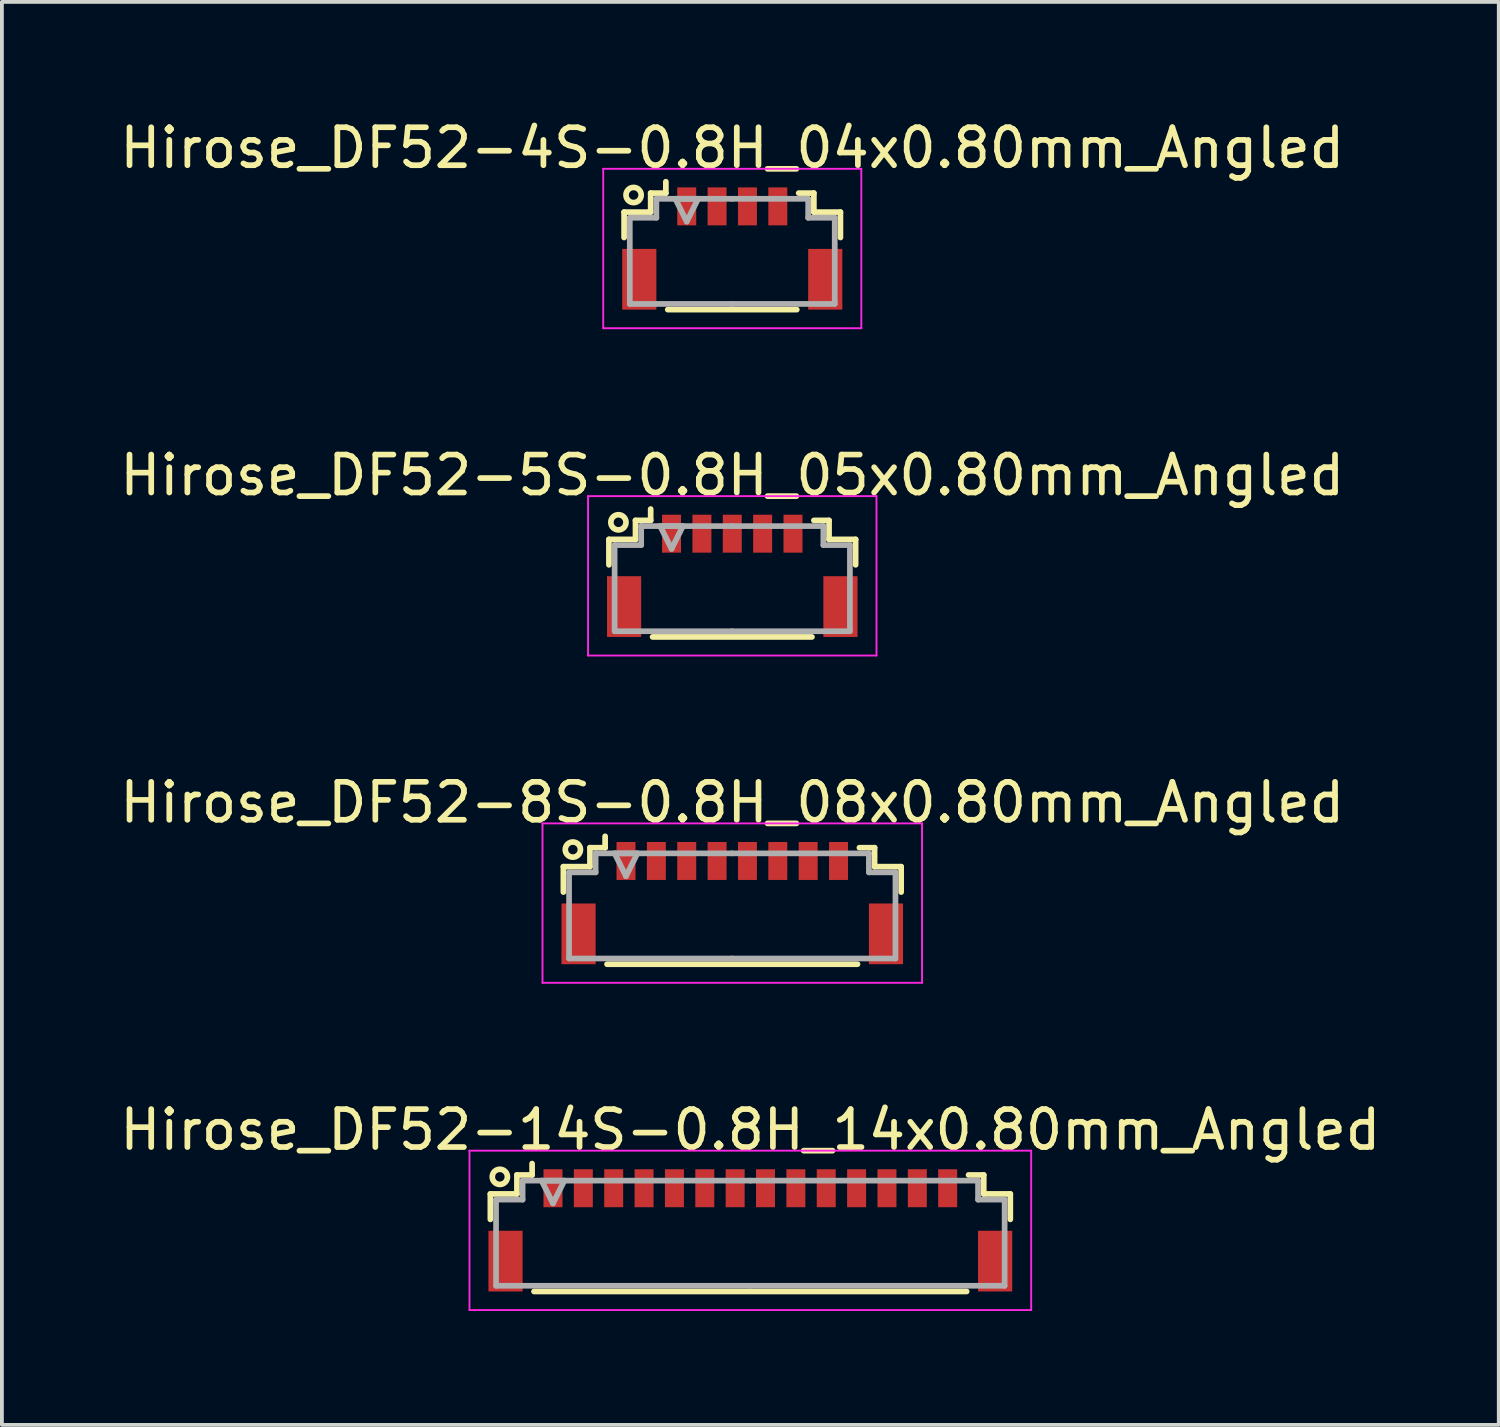
<source format=kicad_pcb>
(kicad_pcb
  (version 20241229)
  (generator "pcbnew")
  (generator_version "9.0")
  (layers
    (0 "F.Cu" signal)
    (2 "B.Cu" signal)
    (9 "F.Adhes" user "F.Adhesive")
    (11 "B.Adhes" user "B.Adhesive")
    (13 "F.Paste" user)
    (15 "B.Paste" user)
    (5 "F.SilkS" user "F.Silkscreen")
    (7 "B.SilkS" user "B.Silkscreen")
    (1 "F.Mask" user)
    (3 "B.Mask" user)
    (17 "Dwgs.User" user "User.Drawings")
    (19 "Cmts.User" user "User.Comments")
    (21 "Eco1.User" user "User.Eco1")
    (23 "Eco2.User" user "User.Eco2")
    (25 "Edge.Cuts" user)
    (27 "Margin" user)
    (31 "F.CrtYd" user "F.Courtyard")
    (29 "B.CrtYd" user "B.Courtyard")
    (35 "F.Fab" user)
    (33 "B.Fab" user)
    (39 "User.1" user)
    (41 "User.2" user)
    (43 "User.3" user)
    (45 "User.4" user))
  (footprint "Hirose_DF52-4S-0.8H_04x0.80mm_Angled"
    (layer "F.Cu")
    (at 16.244 3.348)
    (property "Reference" "Hirose_DF52-4S-0.8H_04x0.80mm_Angled" (at 0 -2.5 0) (layer "F.SilkS") (effects (font (size 1 1) (thickness 0.15))))
    (attr smd)
    (fp_line (start -2.85 -0.81) (end -2.85 -0.14) (stroke (width 0.15) (type solid)) (layer "F.SilkS"))
    (fp_line (start -2.15 -1.31) (end -2.15 -0.81) (stroke (width 0.15) (type solid)) (layer "F.SilkS"))
    (fp_line (start -2.15 -0.81) (end -2.85 -0.81) (stroke (width 0.15) (type solid)) (layer "F.SilkS"))
    (fp_line (start -1.75 -1.61) (end -1.75 -1.31) (stroke (width 0.15) (type solid)) (layer "F.SilkS"))
    (fp_line (start -1.75 -1.31) (end -2.15 -1.31) (stroke (width 0.15) (type solid)) (layer "F.SilkS"))
    (fp_line (start -1.7 1.76) (end 1.7 1.76) (stroke (width 0.15) (type solid)) (layer "F.SilkS"))
    (fp_line (start 1.75 -1.31) (end 2.15 -1.31) (stroke (width 0.15) (type solid)) (layer "F.SilkS"))
    (fp_line (start 2.15 -1.31) (end 2.15 -0.81) (stroke (width 0.15) (type solid)) (layer "F.SilkS"))
    (fp_line (start 2.15 -0.81) (end 2.85 -0.81) (stroke (width 0.15) (type solid)) (layer "F.SilkS"))
    (fp_line (start 2.85 -0.81) (end 2.85 -0.14) (stroke (width 0.15) (type solid)) (layer "F.SilkS"))
    (fp_circle (center -2.6 -1.26) (end -2.4 -1.26) (stroke (width 0.15) (type solid)) (fill no) (layer "F.SilkS"))
    (fp_line (start -3.4 -1.95) (end -3.4 2.25) (stroke (width 0.05) (type solid)) (layer "F.CrtYd"))
    (fp_line (start -3.4 2.25) (end 3.4 2.25) (stroke (width 0.05) (type solid)) (layer "F.CrtYd"))
    (fp_line (start 3.4 -1.95) (end -3.4 -1.95) (stroke (width 0.05) (type solid)) (layer "F.CrtYd"))
    (fp_line (start 3.4 2.25) (end 3.4 -1.95) (stroke (width 0.05) (type solid)) (layer "F.CrtYd"))
    (fp_line (start -2.7 -0.66) (end -2.7 1.61) (stroke (width 0.15) (type solid)) (layer "F.Fab"))
    (fp_line (start -2.7 1.61) (end 0 1.61) (stroke (width 0.15) (type solid)) (layer "F.Fab"))
    (fp_line (start -2 -1.16) (end -2 -1.16) (stroke (width 0.15) (type solid)) (layer "F.Fab"))
    (fp_line (start -2 -1.16) (end -2 -0.66) (stroke (width 0.15) (type solid)) (layer "F.Fab"))
    (fp_line (start -2 -0.66) (end -2.7 -0.66) (stroke (width 0.15) (type solid)) (layer "F.Fab"))
    (fp_line (start -1.5 -1.16) (end -0.9 -1.16) (stroke (width 0.15) (type solid)) (layer "F.Fab"))
    (fp_line (start -1.2 -0.56) (end -1.5 -1.16) (stroke (width 0.15) (type solid)) (layer "F.Fab"))
    (fp_line (start -0.9 -1.16) (end -1.2 -0.56) (stroke (width 0.15) (type solid)) (layer "F.Fab"))
    (fp_line (start 0 -1.16) (end -2 -1.16) (stroke (width 0.15) (type solid)) (layer "F.Fab"))
    (fp_line (start 0 -1.16) (end 2 -1.16) (stroke (width 0.15) (type solid)) (layer "F.Fab"))
    (fp_line (start 2 -1.16) (end 2 -1.16) (stroke (width 0.15) (type solid)) (layer "F.Fab"))
    (fp_line (start 2 -1.16) (end 2 -0.66) (stroke (width 0.15) (type solid)) (layer "F.Fab"))
    (fp_line (start 2 -0.66) (end 2.7 -0.66) (stroke (width 0.15) (type solid)) (layer "F.Fab"))
    (fp_line (start 2.7 -0.66) (end 2.7 1.61) (stroke (width 0.15) (type solid)) (layer "F.Fab"))
    (fp_line (start 2.7 1.61) (end 0 1.61) (stroke (width 0.15) (type solid)) (layer "F.Fab"))
    (pad "" smd rect (at -2.45 0.96) (size 0.9 1.6) (layers "F.Cu" "F.Mask" "F.Paste"))
    (pad "" smd rect (at 2.45 0.96) (size 0.9 1.6) (layers "F.Cu" "F.Mask" "F.Paste"))
    (pad "1" smd rect (at -1.2 -0.96) (size 0.5 1) (layers "F.Cu" "F.Mask" "F.Paste"))
    (pad "2" smd rect (at -0.4 -0.96) (size 0.5 1) (layers "F.Cu" "F.Mask" "F.Paste"))
    (pad "3" smd rect (at 0.4 -0.96) (size 0.5 1) (layers "F.Cu" "F.Mask" "F.Paste"))
    (pad "4" smd rect (at 1.2 -0.96) (size 0.5 1) (layers "F.Cu" "F.Mask" "F.Paste")))
  (footprint "Hirose_DF52-8S-0.8H_08x0.80mm_Angled"
    (layer "F.Cu")
    (at 16.244 20.595)
    (property "Reference" "Hirose_DF52-8S-0.8H_08x0.80mm_Angled" (at 0 -2.5 0) (layer "F.SilkS") (effects (font (size 1 1) (thickness 0.15))))
    (attr smd)
    (fp_line (start -4.45 -0.81) (end -4.45 -0.14) (stroke (width 0.15) (type solid)) (layer "F.SilkS"))
    (fp_line (start -3.75 -1.31) (end -3.75 -0.81) (stroke (width 0.15) (type solid)) (layer "F.SilkS"))
    (fp_line (start -3.75 -0.81) (end -4.45 -0.81) (stroke (width 0.15) (type solid)) (layer "F.SilkS"))
    (fp_line (start -3.35 -1.61) (end -3.35 -1.31) (stroke (width 0.15) (type solid)) (layer "F.SilkS"))
    (fp_line (start -3.35 -1.31) (end -3.75 -1.31) (stroke (width 0.15) (type solid)) (layer "F.SilkS"))
    (fp_line (start -3.3 1.76) (end 3.3 1.76) (stroke (width 0.15) (type solid)) (layer "F.SilkS"))
    (fp_line (start 3.35 -1.31) (end 3.75 -1.31) (stroke (width 0.15) (type solid)) (layer "F.SilkS"))
    (fp_line (start 3.75 -1.31) (end 3.75 -0.81) (stroke (width 0.15) (type solid)) (layer "F.SilkS"))
    (fp_line (start 3.75 -0.81) (end 4.45 -0.81) (stroke (width 0.15) (type solid)) (layer "F.SilkS"))
    (fp_line (start 4.45 -0.81) (end 4.45 -0.14) (stroke (width 0.15) (type solid)) (layer "F.SilkS"))
    (fp_circle (center -4.2 -1.26) (end -4 -1.26) (stroke (width 0.15) (type solid)) (fill no) (layer "F.SilkS"))
    (fp_line (start -5 -1.95) (end -5 2.25) (stroke (width 0.05) (type solid)) (layer "F.CrtYd"))
    (fp_line (start -5 2.25) (end 5 2.25) (stroke (width 0.05) (type solid)) (layer "F.CrtYd"))
    (fp_line (start 5 -1.95) (end -5 -1.95) (stroke (width 0.05) (type solid)) (layer "F.CrtYd"))
    (fp_line (start 5 2.25) (end 5 -1.95) (stroke (width 0.05) (type solid)) (layer "F.CrtYd"))
    (fp_line (start -4.3 -0.66) (end -4.3 1.61) (stroke (width 0.15) (type solid)) (layer "F.Fab"))
    (fp_line (start -4.3 1.61) (end 0 1.61) (stroke (width 0.15) (type solid)) (layer "F.Fab"))
    (fp_line (start -3.6 -1.16) (end -3.6 -1.16) (stroke (width 0.15) (type solid)) (layer "F.Fab"))
    (fp_line (start -3.6 -1.16) (end -3.6 -0.66) (stroke (width 0.15) (type solid)) (layer "F.Fab"))
    (fp_line (start -3.6 -0.66) (end -4.3 -0.66) (stroke (width 0.15) (type solid)) (layer "F.Fab"))
    (fp_line (start -3.1 -1.16) (end -2.5 -1.16) (stroke (width 0.15) (type solid)) (layer "F.Fab"))
    (fp_line (start -2.8 -0.56) (end -3.1 -1.16) (stroke (width 0.15) (type solid)) (layer "F.Fab"))
    (fp_line (start -2.5 -1.16) (end -2.8 -0.56) (stroke (width 0.15) (type solid)) (layer "F.Fab"))
    (fp_line (start 0 -1.16) (end -3.6 -1.16) (stroke (width 0.15) (type solid)) (layer "F.Fab"))
    (fp_line (start 0 -1.16) (end 3.6 -1.16) (stroke (width 0.15) (type solid)) (layer "F.Fab"))
    (fp_line (start 3.6 -1.16) (end 3.6 -1.16) (stroke (width 0.15) (type solid)) (layer "F.Fab"))
    (fp_line (start 3.6 -1.16) (end 3.6 -0.66) (stroke (width 0.15) (type solid)) (layer "F.Fab"))
    (fp_line (start 3.6 -0.66) (end 4.3 -0.66) (stroke (width 0.15) (type solid)) (layer "F.Fab"))
    (fp_line (start 4.3 -0.66) (end 4.3 1.61) (stroke (width 0.15) (type solid)) (layer "F.Fab"))
    (fp_line (start 4.3 1.61) (end 0 1.61) (stroke (width 0.15) (type solid)) (layer "F.Fab"))
    (pad "" smd rect (at -4.05 0.96) (size 0.9 1.6) (layers "F.Cu" "F.Mask" "F.Paste"))
    (pad "" smd rect (at 4.05 0.96) (size 0.9 1.6) (layers "F.Cu" "F.Mask" "F.Paste"))
    (pad "1" smd rect (at -2.8 -0.96) (size 0.5 1) (layers "F.Cu" "F.Mask" "F.Paste"))
    (pad "2" smd rect (at -2 -0.96) (size 0.5 1) (layers "F.Cu" "F.Mask" "F.Paste"))
    (pad "3" smd rect (at -1.2 -0.96) (size 0.5 1) (layers "F.Cu" "F.Mask" "F.Paste"))
    (pad "4" smd rect (at -0.4 -0.96) (size 0.5 1) (layers "F.Cu" "F.Mask" "F.Paste"))
    (pad "5" smd rect (at 0.4 -0.96) (size 0.5 1) (layers "F.Cu" "F.Mask" "F.Paste"))
    (pad "6" smd rect (at 1.2 -0.96) (size 0.5 1) (layers "F.Cu" "F.Mask" "F.Paste"))
    (pad "7" smd rect (at 2 -0.96) (size 0.5 1) (layers "F.Cu" "F.Mask" "F.Paste"))
    (pad "8" smd rect (at 2.8 -0.96) (size 0.5 1) (layers "F.Cu" "F.Mask" "F.Paste")))
  (footprint "Hirose_DF52-5S-0.8H_05x0.80mm_Angled"
    (layer "F.Cu")
    (at 16.244 11.972)
    (property "Reference" "Hirose_DF52-5S-0.8H_05x0.80mm_Angled" (at 0 -2.5 0) (layer "F.SilkS") (effects (font (size 1 1) (thickness 0.15))))
    (attr smd)
    (fp_line (start -3.25 -0.81) (end -3.25 -0.14) (stroke (width 0.15) (type solid)) (layer "F.SilkS"))
    (fp_line (start -2.55 -1.31) (end -2.55 -0.81) (stroke (width 0.15) (type solid)) (layer "F.SilkS"))
    (fp_line (start -2.55 -0.81) (end -3.25 -0.81) (stroke (width 0.15) (type solid)) (layer "F.SilkS"))
    (fp_line (start -2.15 -1.61) (end -2.15 -1.31) (stroke (width 0.15) (type solid)) (layer "F.SilkS"))
    (fp_line (start -2.15 -1.31) (end -2.55 -1.31) (stroke (width 0.15) (type solid)) (layer "F.SilkS"))
    (fp_line (start -2.1 1.76) (end 2.1 1.76) (stroke (width 0.15) (type solid)) (layer "F.SilkS"))
    (fp_line (start 2.15 -1.31) (end 2.55 -1.31) (stroke (width 0.15) (type solid)) (layer "F.SilkS"))
    (fp_line (start 2.55 -1.31) (end 2.55 -0.81) (stroke (width 0.15) (type solid)) (layer "F.SilkS"))
    (fp_line (start 2.55 -0.81) (end 3.25 -0.81) (stroke (width 0.15) (type solid)) (layer "F.SilkS"))
    (fp_line (start 3.25 -0.81) (end 3.25 -0.14) (stroke (width 0.15) (type solid)) (layer "F.SilkS"))
    (fp_circle (center -3 -1.26) (end -2.8 -1.26) (stroke (width 0.15) (type solid)) (fill no) (layer "F.SilkS"))
    (fp_line (start -3.8 -1.95) (end -3.8 2.25) (stroke (width 0.05) (type solid)) (layer "F.CrtYd"))
    (fp_line (start -3.8 2.25) (end 3.8 2.25) (stroke (width 0.05) (type solid)) (layer "F.CrtYd"))
    (fp_line (start 3.8 -1.95) (end -3.8 -1.95) (stroke (width 0.05) (type solid)) (layer "F.CrtYd"))
    (fp_line (start 3.8 2.25) (end 3.8 -1.95) (stroke (width 0.05) (type solid)) (layer "F.CrtYd"))
    (fp_line (start -3.1 -0.66) (end -3.1 1.61) (stroke (width 0.15) (type solid)) (layer "F.Fab"))
    (fp_line (start -3.1 1.61) (end 0 1.61) (stroke (width 0.15) (type solid)) (layer "F.Fab"))
    (fp_line (start -2.4 -1.16) (end -2.4 -1.16) (stroke (width 0.15) (type solid)) (layer "F.Fab"))
    (fp_line (start -2.4 -1.16) (end -2.4 -0.66) (stroke (width 0.15) (type solid)) (layer "F.Fab"))
    (fp_line (start -2.4 -0.66) (end -3.1 -0.66) (stroke (width 0.15) (type solid)) (layer "F.Fab"))
    (fp_line (start -1.9 -1.16) (end -1.3 -1.16) (stroke (width 0.15) (type solid)) (layer "F.Fab"))
    (fp_line (start -1.6 -0.56) (end -1.9 -1.16) (stroke (width 0.15) (type solid)) (layer "F.Fab"))
    (fp_line (start -1.3 -1.16) (end -1.6 -0.56) (stroke (width 0.15) (type solid)) (layer "F.Fab"))
    (fp_line (start 0 -1.16) (end -2.4 -1.16) (stroke (width 0.15) (type solid)) (layer "F.Fab"))
    (fp_line (start 0 -1.16) (end 2.4 -1.16) (stroke (width 0.15) (type solid)) (layer "F.Fab"))
    (fp_line (start 2.4 -1.16) (end 2.4 -1.16) (stroke (width 0.15) (type solid)) (layer "F.Fab"))
    (fp_line (start 2.4 -1.16) (end 2.4 -0.66) (stroke (width 0.15) (type solid)) (layer "F.Fab"))
    (fp_line (start 2.4 -0.66) (end 3.1 -0.66) (stroke (width 0.15) (type solid)) (layer "F.Fab"))
    (fp_line (start 3.1 -0.66) (end 3.1 1.61) (stroke (width 0.15) (type solid)) (layer "F.Fab"))
    (fp_line (start 3.1 1.61) (end 0 1.61) (stroke (width 0.15) (type solid)) (layer "F.Fab"))
    (pad "" smd rect (at -2.85 0.96) (size 0.9 1.6) (layers "F.Cu" "F.Mask" "F.Paste"))
    (pad "" smd rect (at 2.85 0.96) (size 0.9 1.6) (layers "F.Cu" "F.Mask" "F.Paste"))
    (pad "1" smd rect (at -1.6 -0.96) (size 0.5 1) (layers "F.Cu" "F.Mask" "F.Paste"))
    (pad "2" smd rect (at -0.8 -0.96) (size 0.5 1) (layers "F.Cu" "F.Mask" "F.Paste"))
    (pad "3" smd rect (at 0 -0.96) (size 0.5 1) (layers "F.Cu" "F.Mask" "F.Paste"))
    (pad "4" smd rect (at 0.8 -0.96) (size 0.5 1) (layers "F.Cu" "F.Mask" "F.Paste"))
    (pad "5" smd rect (at 1.6 -0.96) (size 0.5 1) (layers "F.Cu" "F.Mask" "F.Paste")))
  (footprint "Hirose_DF52-14S-0.8H_14x0.80mm_Angled"
    (layer "F.Cu")
    (at 16.72 29.218)
    (property "Reference" "Hirose_DF52-14S-0.8H_14x0.80mm_Angled" (at 0 -2.5 0) (layer "F.SilkS") (effects (font (size 1 1) (thickness 0.15))))
    (attr smd)
    (fp_line (start -6.85 -0.81) (end -6.85 -0.14) (stroke (width 0.15) (type solid)) (layer "F.SilkS"))
    (fp_line (start -6.15 -1.31) (end -6.15 -0.81) (stroke (width 0.15) (type solid)) (layer "F.SilkS"))
    (fp_line (start -6.15 -0.81) (end -6.85 -0.81) (stroke (width 0.15) (type solid)) (layer "F.SilkS"))
    (fp_line (start -5.75 -1.61) (end -5.75 -1.31) (stroke (width 0.15) (type solid)) (layer "F.SilkS"))
    (fp_line (start -5.75 -1.31) (end -6.15 -1.31) (stroke (width 0.15) (type solid)) (layer "F.SilkS"))
    (fp_line (start -5.7 1.76) (end 5.7 1.76) (stroke (width 0.15) (type solid)) (layer "F.SilkS"))
    (fp_line (start 5.75 -1.31) (end 6.15 -1.31) (stroke (width 0.15) (type solid)) (layer "F.SilkS"))
    (fp_line (start 6.15 -1.31) (end 6.15 -0.81) (stroke (width 0.15) (type solid)) (layer "F.SilkS"))
    (fp_line (start 6.15 -0.81) (end 6.85 -0.81) (stroke (width 0.15) (type solid)) (layer "F.SilkS"))
    (fp_line (start 6.85 -0.81) (end 6.85 -0.14) (stroke (width 0.15) (type solid)) (layer "F.SilkS"))
    (fp_circle (center -6.6 -1.26) (end -6.4 -1.26) (stroke (width 0.15) (type solid)) (fill no) (layer "F.SilkS"))
    (fp_line (start -7.4 -1.95) (end -7.4 2.25) (stroke (width 0.05) (type solid)) (layer "F.CrtYd"))
    (fp_line (start -7.4 2.25) (end 7.4 2.25) (stroke (width 0.05) (type solid)) (layer "F.CrtYd"))
    (fp_line (start 7.4 -1.95) (end -7.4 -1.95) (stroke (width 0.05) (type solid)) (layer "F.CrtYd"))
    (fp_line (start 7.4 2.25) (end 7.4 -1.95) (stroke (width 0.05) (type solid)) (layer "F.CrtYd"))
    (fp_line (start -6.7 -0.66) (end -6.7 1.61) (stroke (width 0.15) (type solid)) (layer "F.Fab"))
    (fp_line (start -6.7 1.61) (end 0 1.61) (stroke (width 0.15) (type solid)) (layer "F.Fab"))
    (fp_line (start -6 -1.16) (end -6 -1.16) (stroke (width 0.15) (type solid)) (layer "F.Fab"))
    (fp_line (start -6 -1.16) (end -6 -0.66) (stroke (width 0.15) (type solid)) (layer "F.Fab"))
    (fp_line (start -6 -0.66) (end -6.7 -0.66) (stroke (width 0.15) (type solid)) (layer "F.Fab"))
    (fp_line (start -5.5 -1.16) (end -4.9 -1.16) (stroke (width 0.15) (type solid)) (layer "F.Fab"))
    (fp_line (start -5.2 -0.56) (end -5.5 -1.16) (stroke (width 0.15) (type solid)) (layer "F.Fab"))
    (fp_line (start -4.9 -1.16) (end -5.2 -0.56) (stroke (width 0.15) (type solid)) (layer "F.Fab"))
    (fp_line (start 0 -1.16) (end -6 -1.16) (stroke (width 0.15) (type solid)) (layer "F.Fab"))
    (fp_line (start 0 -1.16) (end 6 -1.16) (stroke (width 0.15) (type solid)) (layer "F.Fab"))
    (fp_line (start 6 -1.16) (end 6 -1.16) (stroke (width 0.15) (type solid)) (layer "F.Fab"))
    (fp_line (start 6 -1.16) (end 6 -0.66) (stroke (width 0.15) (type solid)) (layer "F.Fab"))
    (fp_line (start 6 -0.66) (end 6.7 -0.66) (stroke (width 0.15) (type solid)) (layer "F.Fab"))
    (fp_line (start 6.7 -0.66) (end 6.7 1.61) (stroke (width 0.15) (type solid)) (layer "F.Fab"))
    (fp_line (start 6.7 1.61) (end 0 1.61) (stroke (width 0.15) (type solid)) (layer "F.Fab"))
    (pad "" smd rect (at -6.45 0.96) (size 0.9 1.6) (layers "F.Cu" "F.Mask" "F.Paste"))
    (pad "" smd rect (at 6.45 0.96) (size 0.9 1.6) (layers "F.Cu" "F.Mask" "F.Paste"))
    (pad "1" smd rect (at -5.2 -0.96) (size 0.5 1) (layers "F.Cu" "F.Mask" "F.Paste"))
    (pad "2" smd rect (at -4.4 -0.96) (size 0.5 1) (layers "F.Cu" "F.Mask" "F.Paste"))
    (pad "3" smd rect (at -3.6 -0.96) (size 0.5 1) (layers "F.Cu" "F.Mask" "F.Paste"))
    (pad "4" smd rect (at -2.8 -0.96) (size 0.5 1) (layers "F.Cu" "F.Mask" "F.Paste"))
    (pad "5" smd rect (at -2 -0.96) (size 0.5 1) (layers "F.Cu" "F.Mask" "F.Paste"))
    (pad "6" smd rect (at -1.2 -0.96) (size 0.5 1) (layers "F.Cu" "F.Mask" "F.Paste"))
    (pad "7" smd rect (at -0.4 -0.96) (size 0.5 1) (layers "F.Cu" "F.Mask" "F.Paste"))
    (pad "8" smd rect (at 0.4 -0.96) (size 0.5 1) (layers "F.Cu" "F.Mask" "F.Paste"))
    (pad "9" smd rect (at 1.2 -0.96) (size 0.5 1) (layers "F.Cu" "F.Mask" "F.Paste"))
    (pad "10" smd rect (at 2 -0.96) (size 0.5 1) (layers "F.Cu" "F.Mask" "F.Paste"))
    (pad "11" smd rect (at 2.8 -0.96) (size 0.5 1) (layers "F.Cu" "F.Mask" "F.Paste"))
    (pad "12" smd rect (at 3.6 -0.96) (size 0.5 1) (layers "F.Cu" "F.Mask" "F.Paste"))
    (pad "13" smd rect (at 4.4 -0.96) (size 0.5 1) (layers "F.Cu" "F.Mask" "F.Paste"))
    (pad "14" smd rect (at 5.2 -0.96) (size 0.5 1) (layers "F.Cu" "F.Mask" "F.Paste")))
  (gr_rect
    (start -3 -3)
    (end 36.44 34.493)
    (stroke (width 0.1) (type default))
    (fill no)
    (layer "Edge.Cuts")))
</source>
